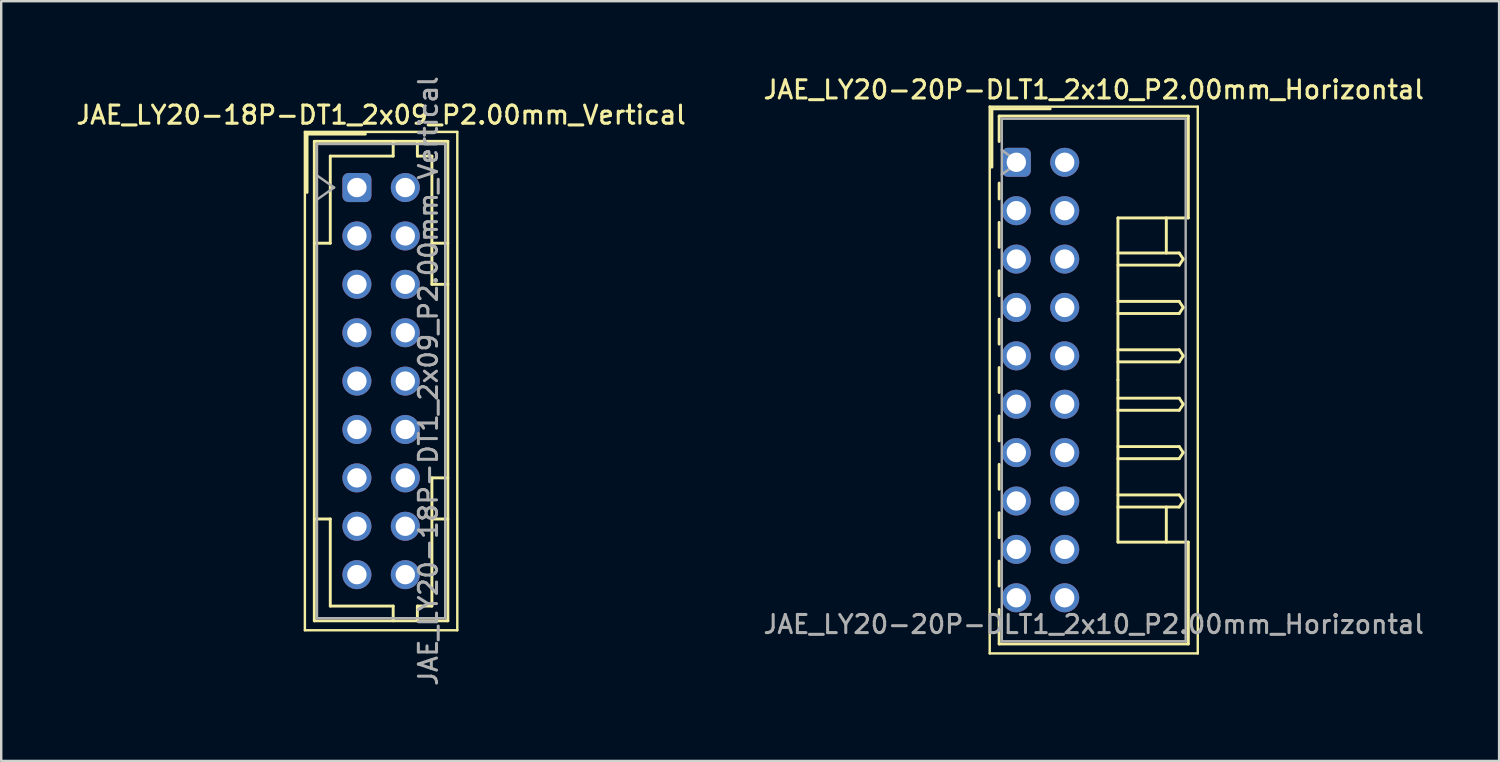
<source format=kicad_pcb>
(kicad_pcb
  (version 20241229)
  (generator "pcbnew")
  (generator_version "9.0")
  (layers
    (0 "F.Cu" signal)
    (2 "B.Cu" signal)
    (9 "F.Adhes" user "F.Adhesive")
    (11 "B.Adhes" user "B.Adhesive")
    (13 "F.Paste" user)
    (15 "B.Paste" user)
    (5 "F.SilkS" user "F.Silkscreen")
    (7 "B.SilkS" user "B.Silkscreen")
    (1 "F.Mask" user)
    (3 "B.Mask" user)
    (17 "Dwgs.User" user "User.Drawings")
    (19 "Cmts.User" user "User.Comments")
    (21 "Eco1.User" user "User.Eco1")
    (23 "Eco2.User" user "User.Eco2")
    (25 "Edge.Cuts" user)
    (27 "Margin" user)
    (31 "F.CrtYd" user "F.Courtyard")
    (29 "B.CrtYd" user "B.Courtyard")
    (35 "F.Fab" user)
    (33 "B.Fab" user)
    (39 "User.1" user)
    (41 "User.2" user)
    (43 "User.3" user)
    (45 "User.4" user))
  (footprint "JAE_LY20-18P-DT1_2x09_P2.00mm_Vertical"
    (layer "F.Cu")
    (at 11.702 4.702)
    (property "Reference" "JAE_LY20-18P-DT1_2x09_P2.00mm_Vertical" (at 1 -3 0) (layer "F.SilkS") (effects (font (size 0.75 0.75) (thickness 0.125))))
    (attr through_hole)
    (fp_line (start -2.15 -2.3) (end -2.15 18.3) (stroke (width 0.1) (type solid)) (layer "F.SilkS"))
    (fp_line (start -2.15 18.3) (end 4.15 18.3) (stroke (width 0.1) (type solid)) (layer "F.SilkS"))
    (fp_line (start -2.06 -2.21) (end -2.06 0.2) (stroke (width 0.12) (type solid)) (layer "F.SilkS"))
    (fp_line (start -1.76 -1.91) (end -1.76 17.91) (stroke (width 0.12) (type solid)) (layer "F.SilkS"))
    (fp_line (start -1.76 17.91) (end 3.76 17.91) (stroke (width 0.12) (type solid)) (layer "F.SilkS"))
    (fp_line (start -1.1 -1.3) (end -1.1 2.3) (stroke (width 0.12) (type solid)) (layer "F.SilkS"))
    (fp_line (start -1.1 2.3) (end -1.76 2.3) (stroke (width 0.12) (type solid)) (layer "F.SilkS"))
    (fp_line (start -1.1 13.7) (end -1.76 13.7) (stroke (width 0.12) (type solid)) (layer "F.SilkS"))
    (fp_line (start -1.1 17.3) (end -1.1 13.7) (stroke (width 0.12) (type solid)) (layer "F.SilkS"))
    (fp_line (start 0.35 -2.21) (end -2.06 -2.21) (stroke (width 0.12) (type solid)) (layer "F.SilkS"))
    (fp_line (start 1.5 -1.91) (end 1.5 -1.3) (stroke (width 0.12) (type solid)) (layer "F.SilkS"))
    (fp_line (start 1.5 -1.3) (end -1.1 -1.3) (stroke (width 0.12) (type solid)) (layer "F.SilkS"))
    (fp_line (start 1.5 17.3) (end -1.1 17.3) (stroke (width 0.12) (type solid)) (layer "F.SilkS"))
    (fp_line (start 1.5 17.91) (end 1.5 17.3) (stroke (width 0.12) (type solid)) (layer "F.SilkS"))
    (fp_line (start 2.5 -1.91) (end 2.5 -1.3) (stroke (width 0.12) (type solid)) (layer "F.SilkS"))
    (fp_line (start 2.5 -1.3) (end 3.1 -1.3) (stroke (width 0.12) (type solid)) (layer "F.SilkS"))
    (fp_line (start 2.5 17.3) (end 3.1 17.3) (stroke (width 0.12) (type solid)) (layer "F.SilkS"))
    (fp_line (start 2.5 17.91) (end 2.5 17.3) (stroke (width 0.12) (type solid)) (layer "F.SilkS"))
    (fp_line (start 3.1 -1.3) (end 3.1 4) (stroke (width 0.12) (type solid)) (layer "F.SilkS"))
    (fp_line (start 3.1 4) (end 3.76 4) (stroke (width 0.12) (type solid)) (layer "F.SilkS"))
    (fp_line (start 3.1 12) (end 3.76 12) (stroke (width 0.12) (type solid)) (layer "F.SilkS"))
    (fp_line (start 3.1 17.3) (end 3.1 12) (stroke (width 0.12) (type solid)) (layer "F.SilkS"))
    (fp_line (start 3.76 -1.91) (end -1.76 -1.91) (stroke (width 0.12) (type solid)) (layer "F.SilkS"))
    (fp_line (start 3.76 2.3) (end 3.1 2.3) (stroke (width 0.12) (type solid)) (layer "F.SilkS"))
    (fp_line (start 3.76 13.7) (end 3.1 13.7) (stroke (width 0.12) (type solid)) (layer "F.SilkS"))
    (fp_line (start 3.76 17.91) (end 3.76 -1.91) (stroke (width 0.12) (type solid)) (layer "F.SilkS"))
    (fp_line (start 4.15 -2.3) (end -2.15 -2.3) (stroke (width 0.1) (type solid)) (layer "F.SilkS"))
    (fp_line (start 4.15 18.3) (end 4.15 -2.3) (stroke (width 0.1) (type solid)) (layer "F.SilkS"))
    (fp_line (start -1.65 -1.8) (end -1.65 17.8) (stroke (width 0.1) (type solid)) (layer "F.Fab"))
    (fp_line (start -1.65 0.5) (end -0.943 0) (stroke (width 0.1) (type solid)) (layer "F.Fab"))
    (fp_line (start -1.65 17.8) (end 3.65 17.8) (stroke (width 0.1) (type solid)) (layer "F.Fab"))
    (fp_line (start -0.943 0) (end -1.65 -0.5) (stroke (width 0.1) (type solid)) (layer "F.Fab"))
    (fp_line (start 3.65 -1.8) (end -1.65 -1.8) (stroke (width 0.1) (type solid)) (layer "F.Fab"))
    (fp_line (start 3.65 17.8) (end 3.65 -1.8) (stroke (width 0.1) (type solid)) (layer "F.Fab"))
    (fp_text user "${REFERENCE}" (at 2.95 8 90) (layer "F.Fab") (effects (font (size 0.75 0.75) (thickness 0.125))))
    (pad "a1" thru_hole roundrect (at 0 0) (size 1.2 1.2) (drill 0.8) (layers "*.Cu" "*.Mask") (roundrect_rratio 0.208))
    (pad "a2" thru_hole circle (at 0 2) (size 1.2 1.2) (drill 0.8) (layers "*.Cu" "*.Mask"))
    (pad "a3" thru_hole circle (at 0 4) (size 1.2 1.2) (drill 0.8) (layers "*.Cu" "*.Mask"))
    (pad "a4" thru_hole circle (at 0 6) (size 1.2 1.2) (drill 0.8) (layers "*.Cu" "*.Mask"))
    (pad "a5" thru_hole circle (at 0 8) (size 1.2 1.2) (drill 0.8) (layers "*.Cu" "*.Mask"))
    (pad "a6" thru_hole circle (at 0 10) (size 1.2 1.2) (drill 0.8) (layers "*.Cu" "*.Mask"))
    (pad "a7" thru_hole circle (at 0 12) (size 1.2 1.2) (drill 0.8) (layers "*.Cu" "*.Mask"))
    (pad "a8" thru_hole circle (at 0 14) (size 1.2 1.2) (drill 0.8) (layers "*.Cu" "*.Mask"))
    (pad "a9" thru_hole circle (at 0 16) (size 1.2 1.2) (drill 0.8) (layers "*.Cu" "*.Mask"))
    (pad "b1" thru_hole circle (at 2 0) (size 1.2 1.2) (drill 0.8) (layers "*.Cu" "*.Mask"))
    (pad "b2" thru_hole circle (at 2 2) (size 1.2 1.2) (drill 0.8) (layers "*.Cu" "*.Mask"))
    (pad "b3" thru_hole circle (at 2 4) (size 1.2 1.2) (drill 0.8) (layers "*.Cu" "*.Mask"))
    (pad "b4" thru_hole circle (at 2 6) (size 1.2 1.2) (drill 0.8) (layers "*.Cu" "*.Mask"))
    (pad "b5" thru_hole circle (at 2 8) (size 1.2 1.2) (drill 0.8) (layers "*.Cu" "*.Mask"))
    (pad "b6" thru_hole circle (at 2 10) (size 1.2 1.2) (drill 0.8) (layers "*.Cu" "*.Mask"))
    (pad "b7" thru_hole circle (at 2 12) (size 1.2 1.2) (drill 0.8) (layers "*.Cu" "*.Mask"))
    (pad "b8" thru_hole circle (at 2 14) (size 1.2 1.2) (drill 0.8) (layers "*.Cu" "*.Mask"))
    (pad "b9" thru_hole circle (at 2 16) (size 1.2 1.2) (drill 0.8) (layers "*.Cu" "*.Mask")))
  (footprint "JAE_LY20-20P-DLT1_2x10_P2.00mm_Horizontal"
    (layer "F.Cu")
    (at 38.959 3.658)
    (property "Reference" "JAE_LY20-20P-DLT1_2x10_P2.00mm_Horizontal" (at 3.2 -3 0) (layer "F.SilkS") (effects (font (size 0.75 0.75) (thickness 0.125))))
    (attr through_hole)
    (fp_line (start -1.1 -2.3) (end -1.1 20.3) (stroke (width 0.1) (type solid)) (layer "F.SilkS"))
    (fp_line (start -1.1 20.3) (end 7.5 20.3) (stroke (width 0.1) (type solid)) (layer "F.SilkS"))
    (fp_line (start -1.01 -2.21) (end -1.01 0.2) (stroke (width 0.12) (type solid)) (layer "F.SilkS"))
    (fp_line (start -0.71 -1.91) (end -0.71 -0.86) (stroke (width 0.12) (type solid)) (layer "F.SilkS"))
    (fp_line (start -0.71 -1.91) (end 7.11 -1.91) (stroke (width 0.12) (type solid)) (layer "F.SilkS"))
    (fp_line (start -0.71 0.86) (end -0.71 1.515) (stroke (width 0.12) (type solid)) (layer "F.SilkS"))
    (fp_line (start -0.71 2.485) (end -0.71 3.515) (stroke (width 0.12) (type solid)) (layer "F.SilkS"))
    (fp_line (start -0.71 4.485) (end -0.71 5.515) (stroke (width 0.12) (type solid)) (layer "F.SilkS"))
    (fp_line (start -0.71 6.485) (end -0.71 7.515) (stroke (width 0.12) (type solid)) (layer "F.SilkS"))
    (fp_line (start -0.71 8.485) (end -0.71 9.515) (stroke (width 0.12) (type solid)) (layer "F.SilkS"))
    (fp_line (start -0.71 10.485) (end -0.71 11.515) (stroke (width 0.12) (type solid)) (layer "F.SilkS"))
    (fp_line (start -0.71 12.485) (end -0.71 13.515) (stroke (width 0.12) (type solid)) (layer "F.SilkS"))
    (fp_line (start -0.71 14.485) (end -0.71 15.515) (stroke (width 0.12) (type solid)) (layer "F.SilkS"))
    (fp_line (start -0.71 16.485) (end -0.71 17.515) (stroke (width 0.12) (type solid)) (layer "F.SilkS"))
    (fp_line (start -0.71 18.485) (end -0.71 19.91) (stroke (width 0.12) (type solid)) (layer "F.SilkS"))
    (fp_line (start -0.71 19.91) (end 7.11 19.91) (stroke (width 0.12) (type solid)) (layer "F.SilkS"))
    (fp_line (start 1.4 -2.21) (end -1.01 -2.21) (stroke (width 0.12) (type solid)) (layer "F.SilkS"))
    (fp_line (start 4.2 2.3) (end 4.2 9) (stroke (width 0.12) (type solid)) (layer "F.SilkS"))
    (fp_line (start 4.2 3.75) (end 6.733 3.75) (stroke (width 0.12) (type solid)) (layer "F.SilkS"))
    (fp_line (start 4.2 5.75) (end 6.733 5.75) (stroke (width 0.12) (type solid)) (layer "F.SilkS"))
    (fp_line (start 4.2 7.75) (end 6.733 7.75) (stroke (width 0.12) (type solid)) (layer "F.SilkS"))
    (fp_line (start 4.2 9.75) (end 6.733 9.75) (stroke (width 0.12) (type solid)) (layer "F.SilkS"))
    (fp_line (start 4.2 11.75) (end 6.733 11.75) (stroke (width 0.12) (type solid)) (layer "F.SilkS"))
    (fp_line (start 4.2 13.75) (end 6.733 13.75) (stroke (width 0.12) (type solid)) (layer "F.SilkS"))
    (fp_line (start 4.2 15.7) (end 4.2 9) (stroke (width 0.12) (type solid)) (layer "F.SilkS"))
    (fp_line (start 6.2 2.3) (end 6.2 3.75) (stroke (width 0.12) (type solid)) (layer "F.SilkS"))
    (fp_line (start 6.2 15.7) (end 6.2 14.25) (stroke (width 0.12) (type solid)) (layer "F.SilkS"))
    (fp_line (start 6.733 3.75) (end 6.9 4) (stroke (width 0.12) (type solid)) (layer "F.SilkS"))
    (fp_line (start 6.733 4.25) (end 4.2 4.25) (stroke (width 0.12) (type solid)) (layer "F.SilkS"))
    (fp_line (start 6.733 5.75) (end 6.9 6) (stroke (width 0.12) (type solid)) (layer "F.SilkS"))
    (fp_line (start 6.733 6.25) (end 4.2 6.25) (stroke (width 0.12) (type solid)) (layer "F.SilkS"))
    (fp_line (start 6.733 7.75) (end 6.9 8) (stroke (width 0.12) (type solid)) (layer "F.SilkS"))
    (fp_line (start 6.733 8.25) (end 4.2 8.25) (stroke (width 0.12) (type solid)) (layer "F.SilkS"))
    (fp_line (start 6.733 9.75) (end 6.9 10) (stroke (width 0.12) (type solid)) (layer "F.SilkS"))
    (fp_line (start 6.733 10.25) (end 4.2 10.25) (stroke (width 0.12) (type solid)) (layer "F.SilkS"))
    (fp_line (start 6.733 11.75) (end 6.9 12) (stroke (width 0.12) (type solid)) (layer "F.SilkS"))
    (fp_line (start 6.733 12.25) (end 4.2 12.25) (stroke (width 0.12) (type solid)) (layer "F.SilkS"))
    (fp_line (start 6.733 13.75) (end 6.9 14) (stroke (width 0.12) (type solid)) (layer "F.SilkS"))
    (fp_line (start 6.733 14.25) (end 4.2 14.25) (stroke (width 0.12) (type solid)) (layer "F.SilkS"))
    (fp_line (start 6.9 4) (end 6.733 4.25) (stroke (width 0.12) (type solid)) (layer "F.SilkS"))
    (fp_line (start 6.9 6) (end 6.733 6.25) (stroke (width 0.12) (type solid)) (layer "F.SilkS"))
    (fp_line (start 6.9 8) (end 6.733 8.25) (stroke (width 0.12) (type solid)) (layer "F.SilkS"))
    (fp_line (start 6.9 10) (end 6.733 10.25) (stroke (width 0.12) (type solid)) (layer "F.SilkS"))
    (fp_line (start 6.9 12) (end 6.733 12.25) (stroke (width 0.12) (type solid)) (layer "F.SilkS"))
    (fp_line (start 6.9 14) (end 6.733 14.25) (stroke (width 0.12) (type solid)) (layer "F.SilkS"))
    (fp_line (start 7.11 -1.91) (end 7.11 2.3) (stroke (width 0.12) (type solid)) (layer "F.SilkS"))
    (fp_line (start 7.11 2.3) (end 4.2 2.3) (stroke (width 0.12) (type solid)) (layer "F.SilkS"))
    (fp_line (start 7.11 15.7) (end 4.2 15.7) (stroke (width 0.12) (type solid)) (layer "F.SilkS"))
    (fp_line (start 7.11 19.91) (end 7.11 15.7) (stroke (width 0.12) (type solid)) (layer "F.SilkS"))
    (fp_line (start 7.5 -2.3) (end -1.1 -2.3) (stroke (width 0.1) (type solid)) (layer "F.SilkS"))
    (fp_line (start 7.5 20.3) (end 7.5 -2.3) (stroke (width 0.1) (type solid)) (layer "F.SilkS"))
    (fp_line (start -0.6 -1.8) (end -0.6 19.8) (stroke (width 0.1) (type solid)) (layer "F.Fab"))
    (fp_line (start -0.6 0.5) (end 0.107 0) (stroke (width 0.1) (type solid)) (layer "F.Fab"))
    (fp_line (start -0.6 19.8) (end 7 19.8) (stroke (width 0.1) (type solid)) (layer "F.Fab"))
    (fp_line (start 0.107 0) (end -0.6 -0.5) (stroke (width 0.1) (type solid)) (layer "F.Fab"))
    (fp_line (start 7 -1.8) (end -0.6 -1.8) (stroke (width 0.1) (type solid)) (layer "F.Fab"))
    (fp_line (start 7 19.8) (end 7 -1.8) (stroke (width 0.1) (type solid)) (layer "F.Fab"))
    (fp_text user "${REFERENCE}" (at 3.2 19.1 0) (layer "F.Fab") (effects (font (size 0.75 0.75) (thickness 0.125))))
    (pad "a1" thru_hole roundrect (at 0 0) (size 1.2 1.2) (drill 0.8) (layers "*.Cu" "*.Mask") (roundrect_rratio 0.208))
    (pad "a2" thru_hole circle (at 0 2) (size 1.2 1.2) (drill 0.8) (layers "*.Cu" "*.Mask"))
    (pad "a3" thru_hole circle (at 0 4) (size 1.2 1.2) (drill 0.8) (layers "*.Cu" "*.Mask"))
    (pad "a4" thru_hole circle (at 0 6) (size 1.2 1.2) (drill 0.8) (layers "*.Cu" "*.Mask"))
    (pad "a5" thru_hole circle (at 0 8) (size 1.2 1.2) (drill 0.8) (layers "*.Cu" "*.Mask"))
    (pad "a6" thru_hole circle (at 0 10) (size 1.2 1.2) (drill 0.8) (layers "*.Cu" "*.Mask"))
    (pad "a7" thru_hole circle (at 0 12) (size 1.2 1.2) (drill 0.8) (layers "*.Cu" "*.Mask"))
    (pad "a8" thru_hole circle (at 0 14) (size 1.2 1.2) (drill 0.8) (layers "*.Cu" "*.Mask"))
    (pad "a9" thru_hole circle (at 0 16) (size 1.2 1.2) (drill 0.8) (layers "*.Cu" "*.Mask"))
    (pad "a10" thru_hole circle (at 0 18) (size 1.2 1.2) (drill 0.8) (layers "*.Cu" "*.Mask"))
    (pad "b1" thru_hole circle (at 2 0) (size 1.2 1.2) (drill 0.8) (layers "*.Cu" "*.Mask"))
    (pad "b2" thru_hole circle (at 2 2) (size 1.2 1.2) (drill 0.8) (layers "*.Cu" "*.Mask"))
    (pad "b3" thru_hole circle (at 2 4) (size 1.2 1.2) (drill 0.8) (layers "*.Cu" "*.Mask"))
    (pad "b4" thru_hole circle (at 2 6) (size 1.2 1.2) (drill 0.8) (layers "*.Cu" "*.Mask"))
    (pad "b5" thru_hole circle (at 2 8) (size 1.2 1.2) (drill 0.8) (layers "*.Cu" "*.Mask"))
    (pad "b6" thru_hole circle (at 2 10) (size 1.2 1.2) (drill 0.8) (layers "*.Cu" "*.Mask"))
    (pad "b7" thru_hole circle (at 2 12) (size 1.2 1.2) (drill 0.8) (layers "*.Cu" "*.Mask"))
    (pad "b8" thru_hole circle (at 2 14) (size 1.2 1.2) (drill 0.8) (layers "*.Cu" "*.Mask"))
    (pad "b9" thru_hole circle (at 2 16) (size 1.2 1.2) (drill 0.8) (layers "*.Cu" "*.Mask"))
    (pad "b10" thru_hole circle (at 2 18) (size 1.2 1.2) (drill 0.8) (layers "*.Cu" "*.Mask")))
  (gr_rect
    (start -3 -3)
    (end 58.914 28.404)
    (stroke (width 0.1) (type default))
    (fill no)
    (layer "Edge.Cuts")))
</source>
